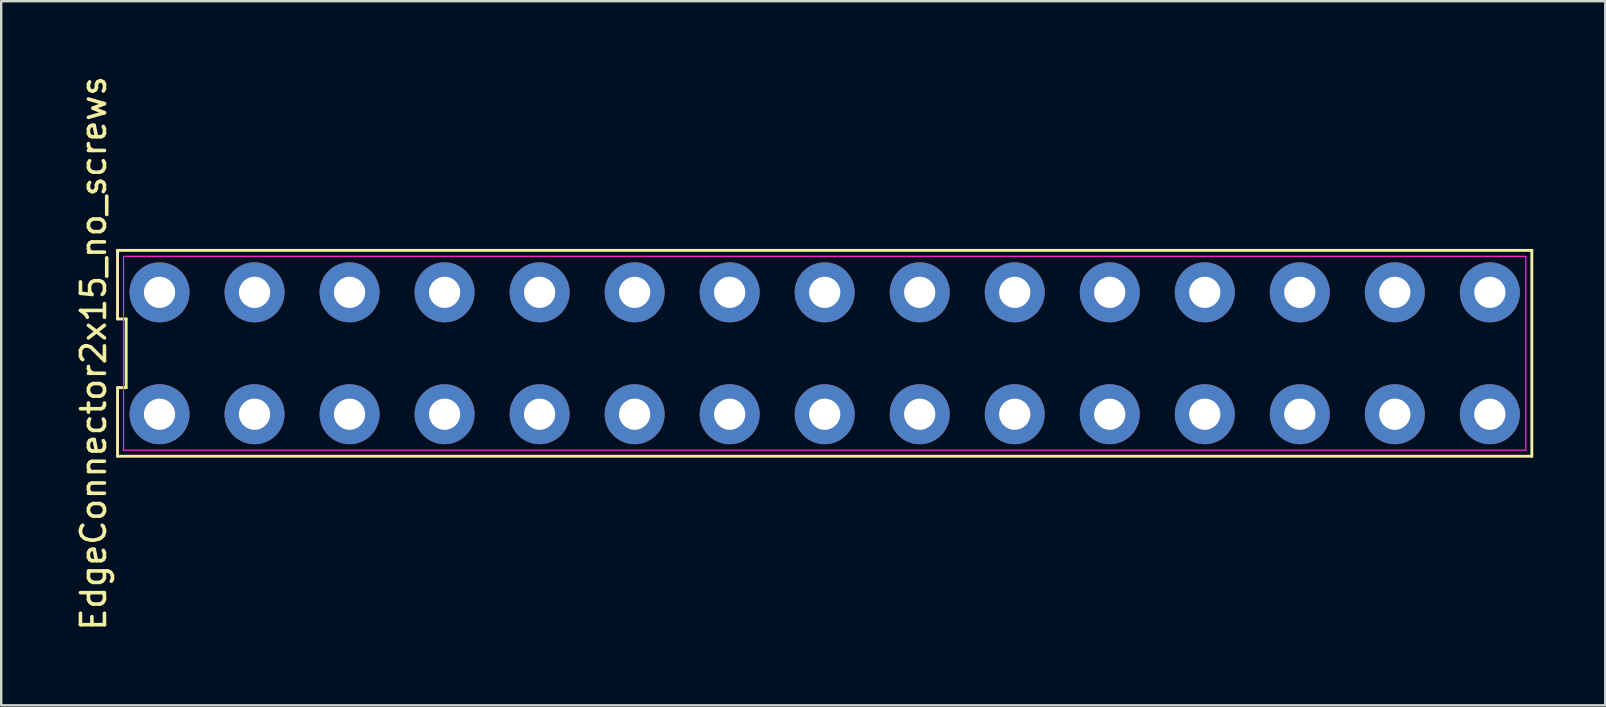
<source format=kicad_pcb>
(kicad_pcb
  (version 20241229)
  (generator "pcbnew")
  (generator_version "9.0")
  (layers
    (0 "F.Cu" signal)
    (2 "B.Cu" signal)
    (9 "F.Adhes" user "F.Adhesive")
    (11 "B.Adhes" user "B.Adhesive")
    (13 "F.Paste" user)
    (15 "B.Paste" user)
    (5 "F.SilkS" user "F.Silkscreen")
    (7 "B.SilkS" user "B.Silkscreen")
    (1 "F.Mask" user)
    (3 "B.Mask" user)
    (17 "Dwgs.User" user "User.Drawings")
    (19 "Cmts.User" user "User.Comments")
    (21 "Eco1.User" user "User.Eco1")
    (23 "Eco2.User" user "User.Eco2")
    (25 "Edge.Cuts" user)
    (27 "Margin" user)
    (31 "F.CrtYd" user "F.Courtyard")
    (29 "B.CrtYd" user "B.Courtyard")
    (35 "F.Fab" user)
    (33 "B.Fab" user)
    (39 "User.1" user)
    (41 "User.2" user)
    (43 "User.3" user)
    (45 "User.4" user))
  (footprint "EdgeConnector2x15_no_screws"
    (layer "F.Cu")
    (at 31.318 11.673)
    (property "Reference" "EdgeConnector2x15_no_screws" (at -30.47 0 90) (layer "F.SilkS") (effects (font (size 1 1) (thickness 0.15))))
    (attr through_hole)
    (fp_line (start -29.47 -4.29) (end -29.47 -1.43) (stroke (width 0.12) (type solid)) (layer "F.SilkS"))
    (fp_line (start -29.47 -1.43) (end -29.11 -1.43) (stroke (width 0.12) (type solid)) (layer "F.SilkS"))
    (fp_line (start -29.47 1.43) (end -29.47 4.29) (stroke (width 0.12) (type solid)) (layer "F.SilkS"))
    (fp_line (start -29.47 4.29) (end 29.47 4.29) (stroke (width 0.12) (type solid)) (layer "F.SilkS"))
    (fp_line (start -29.11 -1.43) (end -29.11 1.43) (stroke (width 0.12) (type solid)) (layer "F.SilkS"))
    (fp_line (start -29.11 1.43) (end -29.47 1.43) (stroke (width 0.12) (type solid)) (layer "F.SilkS"))
    (fp_line (start 29.47 -4.29) (end -29.47 -4.29) (stroke (width 0.12) (type solid)) (layer "F.SilkS"))
    (fp_line (start 29.47 4.29) (end 29.47 -4.29) (stroke (width 0.12) (type solid)) (layer "F.SilkS"))
    (fp_line (start -29.22 -4.04) (end 29.22 -4.04) (stroke (width 0.05) (type solid)) (layer "F.CrtYd"))
    (fp_line (start -29.22 4.04) (end -29.22 -4.04) (stroke (width 0.05) (type solid)) (layer "F.CrtYd"))
    (fp_line (start 29.22 -4.04) (end 29.22 4.04) (stroke (width 0.05) (type solid)) (layer "F.CrtYd"))
    (fp_line (start 29.22 4.04) (end -29.22 4.04) (stroke (width 0.05) (type solid)) (layer "F.CrtYd"))
    (pad "1a" thru_hole circle (at -27.72 -2.54) (size 2.5 2.5) (drill 1.3) (layers "*.Cu" "*.Mask"))
    (pad "1b" thru_hole circle (at -27.72 2.54) (size 2.5 2.5) (drill 1.3) (layers "*.Cu" "*.Mask"))
    (pad "2a" thru_hole circle (at -23.76 -2.54) (size 2.5 2.5) (drill 1.3) (layers "*.Cu" "*.Mask"))
    (pad "2b" thru_hole circle (at -23.76 2.54) (size 2.5 2.5) (drill 1.3) (layers "*.Cu" "*.Mask"))
    (pad "3a" thru_hole circle (at -19.8 -2.54) (size 2.5 2.5) (drill 1.3) (layers "*.Cu" "*.Mask"))
    (pad "3b" thru_hole circle (at -19.8 2.54) (size 2.5 2.5) (drill 1.3) (layers "*.Cu" "*.Mask"))
    (pad "4a" thru_hole circle (at -15.84 -2.54) (size 2.5 2.5) (drill 1.3) (layers "*.Cu" "*.Mask"))
    (pad "4b" thru_hole circle (at -15.84 2.54) (size 2.5 2.5) (drill 1.3) (layers "*.Cu" "*.Mask"))
    (pad "5a" thru_hole circle (at -11.88 -2.54) (size 2.5 2.5) (drill 1.3) (layers "*.Cu" "*.Mask"))
    (pad "5b" thru_hole circle (at -11.88 2.54) (size 2.5 2.5) (drill 1.3) (layers "*.Cu" "*.Mask"))
    (pad "6a" thru_hole circle (at -7.92 -2.54) (size 2.5 2.5) (drill 1.3) (layers "*.Cu" "*.Mask"))
    (pad "6b" thru_hole circle (at -7.92 2.54) (size 2.5 2.5) (drill 1.3) (layers "*.Cu" "*.Mask"))
    (pad "7a" thru_hole circle (at -3.96 -2.54) (size 2.5 2.5) (drill 1.3) (layers "*.Cu" "*.Mask"))
    (pad "7b" thru_hole circle (at -3.96 2.54) (size 2.5 2.5) (drill 1.3) (layers "*.Cu" "*.Mask"))
    (pad "8a" thru_hole circle (at 0 -2.54) (size 2.5 2.5) (drill 1.3) (layers "*.Cu" "*.Mask"))
    (pad "8b" thru_hole circle (at 0 2.54) (size 2.5 2.5) (drill 1.3) (layers "*.Cu" "*.Mask"))
    (pad "9a" thru_hole circle (at 3.96 -2.54) (size 2.5 2.5) (drill 1.3) (layers "*.Cu" "*.Mask"))
    (pad "9b" thru_hole circle (at 3.96 2.54) (size 2.5 2.5) (drill 1.3) (layers "*.Cu" "*.Mask"))
    (pad "10a" thru_hole circle (at 7.92 -2.54) (size 2.5 2.5) (drill 1.3) (layers "*.Cu" "*.Mask"))
    (pad "10b" thru_hole circle (at 7.92 2.54) (size 2.5 2.5) (drill 1.3) (layers "*.Cu" "*.Mask"))
    (pad "11a" thru_hole circle (at 11.88 -2.54) (size 2.5 2.5) (drill 1.3) (layers "*.Cu" "*.Mask"))
    (pad "11b" thru_hole circle (at 11.88 2.54) (size 2.5 2.5) (drill 1.3) (layers "*.Cu" "*.Mask"))
    (pad "12a" thru_hole circle (at 15.84 -2.54) (size 2.5 2.5) (drill 1.3) (layers "*.Cu" "*.Mask"))
    (pad "12b" thru_hole circle (at 15.84 2.54) (size 2.5 2.5) (drill 1.3) (layers "*.Cu" "*.Mask"))
    (pad "13a" thru_hole circle (at 19.8 -2.54) (size 2.5 2.5) (drill 1.3) (layers "*.Cu" "*.Mask"))
    (pad "13b" thru_hole circle (at 19.8 2.54) (size 2.5 2.5) (drill 1.3) (layers "*.Cu" "*.Mask"))
    (pad "14a" thru_hole circle (at 23.76 -2.54) (size 2.5 2.5) (drill 1.3) (layers "*.Cu" "*.Mask"))
    (pad "14b" thru_hole circle (at 23.76 2.54) (size 2.5 2.5) (drill 1.3) (layers "*.Cu" "*.Mask"))
    (pad "15a" thru_hole circle (at 27.72 -2.54) (size 2.5 2.5) (drill 1.3) (layers "*.Cu" "*.Mask"))
    (pad "15b" thru_hole circle (at 27.72 2.54) (size 2.5 2.5) (drill 1.3) (layers "*.Cu" "*.Mask")))
  (gr_rect
    (start -3 -3)
    (end 63.848 26.345)
    (stroke (width 0.1) (type default))
    (fill no)
    (layer "Edge.Cuts")))
</source>
